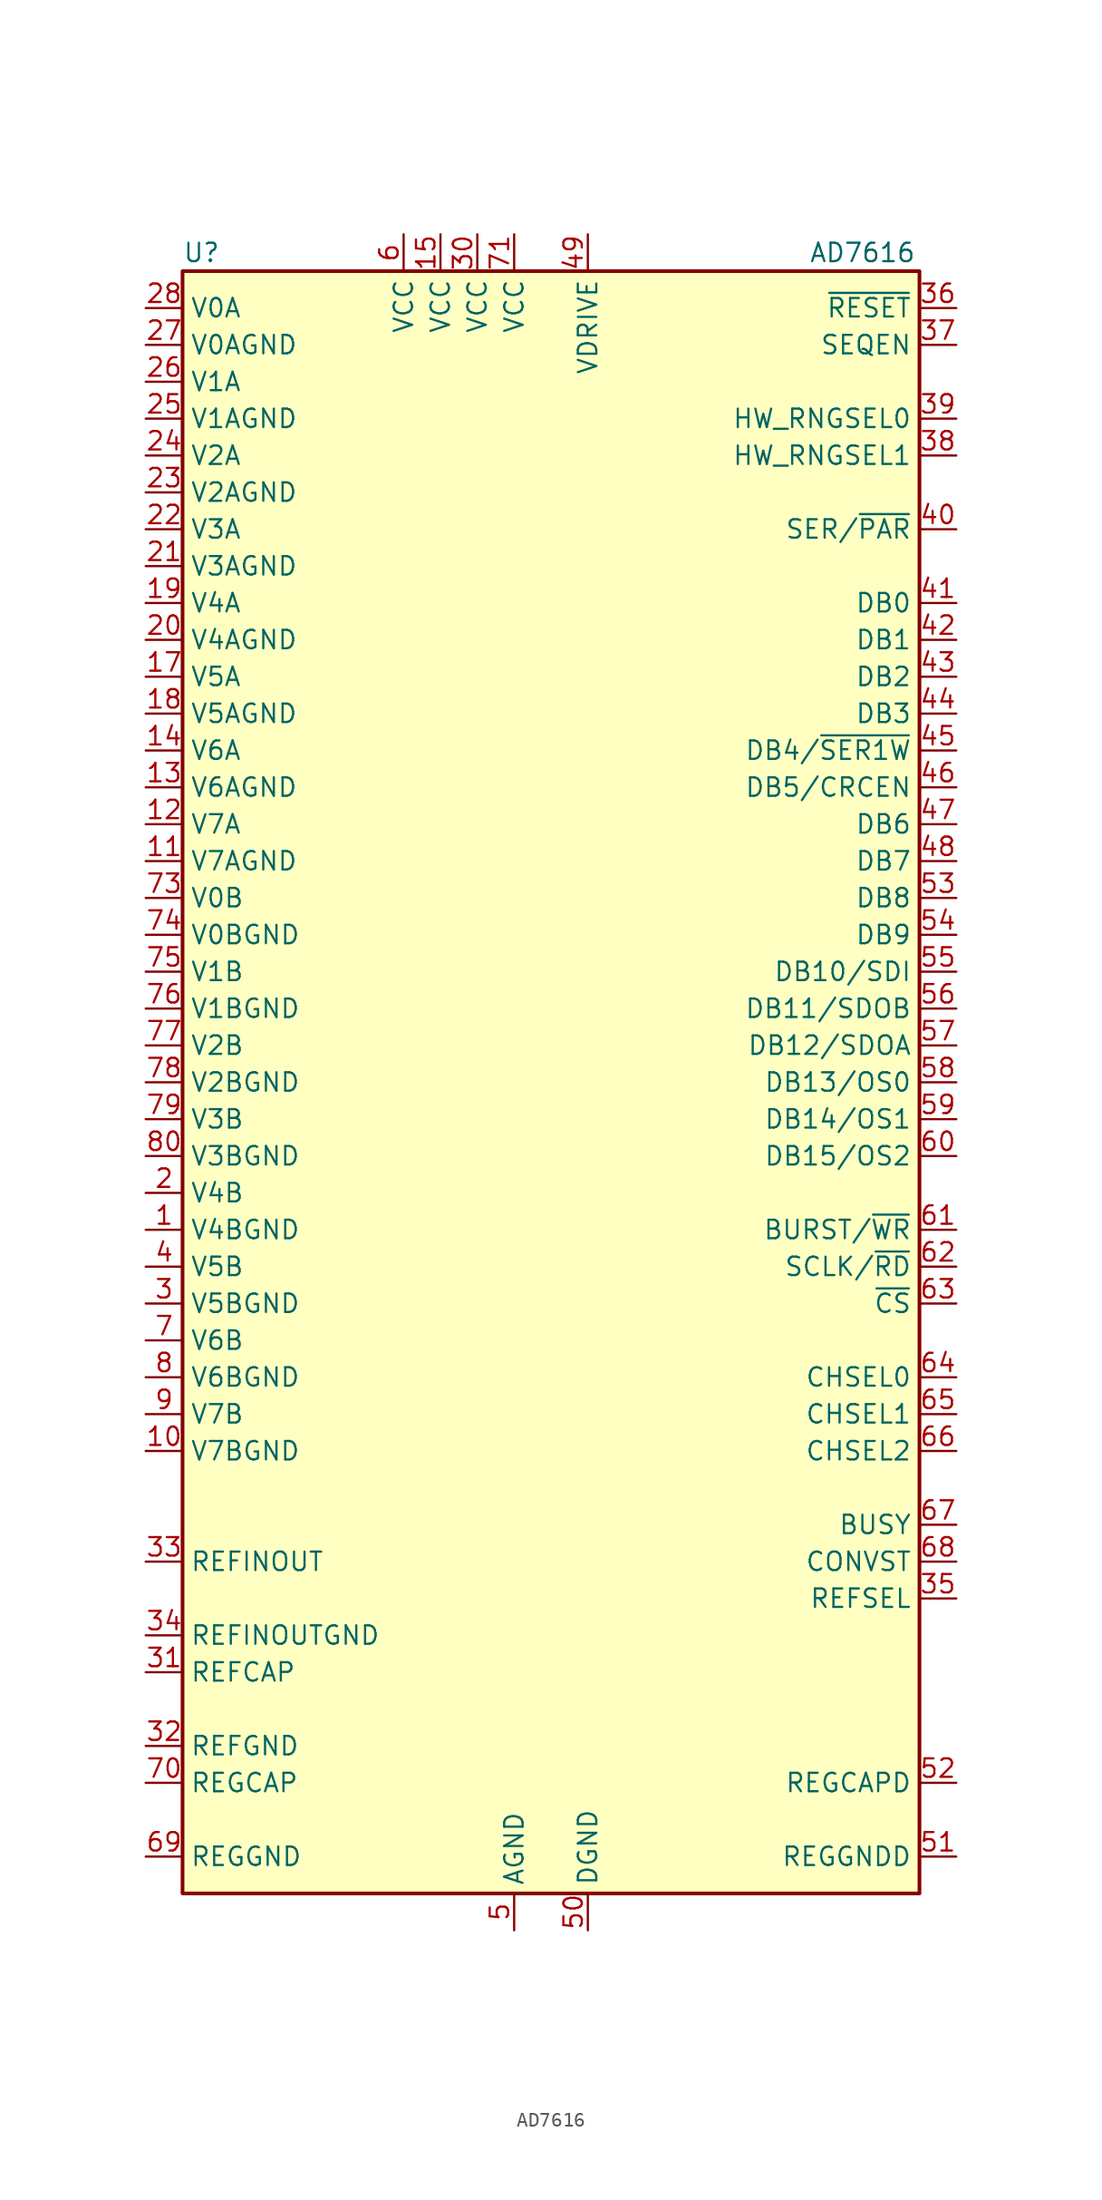
<source format=kicad_sym>
(kicad_symbol_lib
  (version 20211014)
  (generator kicad_symbol_editor)
  (symbol "AD7616"
    (property "Reference" "U"
      (at -25.4 57.15 0)
      (effects (font (size 1.27 1.27)) (justify left)))
    (property "Value" "AD7616"
      (at 17.78 57.15 0)
      (effects (font (size 1.27 1.27)) (justify left)))
    (symbol "AD7616_1_1"
      (rectangle (start -25.4 55.88) (end 25.4 -55.88) (stroke (width 0.254) (type default) (color 0 0 0 0)) (fill (type background)))
      (pin input line (at -27.94 -10.16 0) (length 2.54) (name "V4BGND" (effects (font (size 1.27 1.27)))) (number "1" (effects (font (size 1.27 1.27)))))
      (pin input line (at -27.94 -25.4 0) (length 2.54) (name "V7BGND" (effects (font (size 1.27 1.27)))) (number "10" (effects (font (size 1.27 1.27)))))
      (pin input line (at -27.94 15.24 0) (length 2.54) (name "V7AGND" (effects (font (size 1.27 1.27)))) (number "11" (effects (font (size 1.27 1.27)))))
      (pin input line (at -27.94 17.78 0) (length 2.54) (name "V7A" (effects (font (size 1.27 1.27)))) (number "12" (effects (font (size 1.27 1.27)))))
      (pin input line (at -27.94 20.32 0) (length 2.54) (name "V6AGND" (effects (font (size 1.27 1.27)))) (number "13" (effects (font (size 1.27 1.27)))))
      (pin input line (at -27.94 22.86 0) (length 2.54) (name "V6A" (effects (font (size 1.27 1.27)))) (number "14" (effects (font (size 1.27 1.27)))))
      (pin power_in line (at -7.62 58.42 270) (length 2.54) (name "VCC" (effects (font (size 1.27 1.27)))) (number "15" (effects (font (size 1.27 1.27)))))
      (pin passive line (at -2.54 -58.42 90) (length 2.54) hide (name "AGND" (effects (font (size 1.27 1.27)))) (number "16" (effects (font (size 1.27 1.27)))))
      (pin input line (at -27.94 27.94 0) (length 2.54) (name "V5A" (effects (font (size 1.27 1.27)))) (number "17" (effects (font (size 1.27 1.27)))))
      (pin input line (at -27.94 25.4 0) (length 2.54) (name "V5AGND" (effects (font (size 1.27 1.27)))) (number "18" (effects (font (size 1.27 1.27)))))
      (pin input line (at -27.94 33.02 0) (length 2.54) (name "V4A" (effects (font (size 1.27 1.27)))) (number "19" (effects (font (size 1.27 1.27)))))
      (pin input line (at -27.94 -7.62 0) (length 2.54) (name "V4B" (effects (font (size 1.27 1.27)))) (number "2" (effects (font (size 1.27 1.27)))))
      (pin input line (at -27.94 30.48 0) (length 2.54) (name "V4AGND" (effects (font (size 1.27 1.27)))) (number "20" (effects (font (size 1.27 1.27)))))
      (pin input line (at -27.94 35.56 0) (length 2.54) (name "V3AGND" (effects (font (size 1.27 1.27)))) (number "21" (effects (font (size 1.27 1.27)))))
      (pin input line (at -27.94 38.1 0) (length 2.54) (name "V3A" (effects (font (size 1.27 1.27)))) (number "22" (effects (font (size 1.27 1.27)))))
      (pin input line (at -27.94 40.64 0) (length 2.54) (name "V2AGND" (effects (font (size 1.27 1.27)))) (number "23" (effects (font (size 1.27 1.27)))))
      (pin input line (at -27.94 43.18 0) (length 2.54) (name "V2A" (effects (font (size 1.27 1.27)))) (number "24" (effects (font (size 1.27 1.27)))))
      (pin input line (at -27.94 45.72 0) (length 2.54) (name "V1AGND" (effects (font (size 1.27 1.27)))) (number "25" (effects (font (size 1.27 1.27)))))
      (pin input line (at -27.94 48.26 0) (length 2.54) (name "V1A" (effects (font (size 1.27 1.27)))) (number "26" (effects (font (size 1.27 1.27)))))
      (pin input line (at -27.94 50.8 0) (length 2.54) (name "V0AGND" (effects (font (size 1.27 1.27)))) (number "27" (effects (font (size 1.27 1.27)))))
      (pin input line (at -27.94 53.34 0) (length 2.54) (name "V0A" (effects (font (size 1.27 1.27)))) (number "28" (effects (font (size 1.27 1.27)))))
      (pin passive line (at -2.54 -58.42 90) (length 2.54) hide (name "AGND" (effects (font (size 1.27 1.27)))) (number "29" (effects (font (size 1.27 1.27)))))
      (pin input line (at -27.94 -15.24 0) (length 2.54) (name "V5BGND" (effects (font (size 1.27 1.27)))) (number "3" (effects (font (size 1.27 1.27)))))
      (pin power_in line (at -5.08 58.42 270) (length 2.54) (name "VCC" (effects (font (size 1.27 1.27)))) (number "30" (effects (font (size 1.27 1.27)))))
      (pin passive line (at -27.94 -40.64 0) (length 2.54) (name "REFCAP" (effects (font (size 1.27 1.27)))) (number "31" (effects (font (size 1.27 1.27)))))
      (pin power_in line (at -27.94 -45.72 0) (length 2.54) (name "REFGND" (effects (font (size 1.27 1.27)))) (number "32" (effects (font (size 1.27 1.27)))))
      (pin input line (at -27.94 -33.02 0) (length 2.54) (name "REFINOUT" (effects (font (size 1.27 1.27)))) (number "33" (effects (font (size 1.27 1.27)))))
      (pin power_in line (at -27.94 -38.1 0) (length 2.54) (name "REFINOUTGND" (effects (font (size 1.27 1.27)))) (number "34" (effects (font (size 1.27 1.27)))))
      (pin input line (at 27.94 -35.56 180) (length 2.54) (name "REFSEL" (effects (font (size 1.27 1.27)))) (number "35" (effects (font (size 1.27 1.27)))))
      (pin input line (at 27.94 53.34 180) (length 2.54) (name "~{RESET}" (effects (font (size 1.27 1.27)))) (number "36" (effects (font (size 1.27 1.27)))))
      (pin input line (at 27.94 50.8 180) (length 2.54) (name "SEQEN" (effects (font (size 1.27 1.27)))) (number "37" (effects (font (size 1.27 1.27)))))
      (pin input line (at 27.94 43.18 180) (length 2.54) (name "HW_RNGSEL1" (effects (font (size 1.27 1.27)))) (number "38" (effects (font (size 1.27 1.27)))))
      (pin input line (at 27.94 45.72 180) (length 2.54) (name "HW_RNGSEL0" (effects (font (size 1.27 1.27)))) (number "39" (effects (font (size 1.27 1.27)))))
      (pin input line (at -27.94 -12.7 0) (length 2.54) (name "V5B" (effects (font (size 1.27 1.27)))) (number "4" (effects (font (size 1.27 1.27)))))
      (pin input line (at 27.94 38.1 180) (length 2.54) (name "SER/~{PAR}" (effects (font (size 1.27 1.27)))) (number "40" (effects (font (size 1.27 1.27)))))
      (pin bidirectional line (at 27.94 33.02 180) (length 2.54) (name "DB0" (effects (font (size 1.27 1.27)))) (number "41" (effects (font (size 1.27 1.27)))))
      (pin bidirectional line (at 27.94 30.48 180) (length 2.54) (name "DB1" (effects (font (size 1.27 1.27)))) (number "42" (effects (font (size 1.27 1.27)))))
      (pin bidirectional line (at 27.94 27.94 180) (length 2.54) (name "DB2" (effects (font (size 1.27 1.27)))) (number "43" (effects (font (size 1.27 1.27)))))
      (pin bidirectional line (at 27.94 25.4 180) (length 2.54) (name "DB3" (effects (font (size 1.27 1.27)))) (number "44" (effects (font (size 1.27 1.27)))))
      (pin bidirectional line (at 27.94 22.86 180) (length 2.54) (name "DB4/~{SER1W}" (effects (font (size 1.27 1.27)))) (number "45" (effects (font (size 1.27 1.27)))))
      (pin bidirectional line (at 27.94 20.32 180) (length 2.54) (name "DB5/CRCEN" (effects (font (size 1.27 1.27)))) (number "46" (effects (font (size 1.27 1.27)))))
      (pin bidirectional line (at 27.94 17.78 180) (length 2.54) (name "DB6" (effects (font (size 1.27 1.27)))) (number "47" (effects (font (size 1.27 1.27)))))
      (pin bidirectional line (at 27.94 15.24 180) (length 2.54) (name "DB7" (effects (font (size 1.27 1.27)))) (number "48" (effects (font (size 1.27 1.27)))))
      (pin power_in line (at 2.54 58.42 270) (length 2.54) (name "VDRIVE" (effects (font (size 1.27 1.27)))) (number "49" (effects (font (size 1.27 1.27)))))
      (pin power_in line (at -2.54 -58.42 90) (length 2.54) (name "AGND" (effects (font (size 1.27 1.27)))) (number "5" (effects (font (size 1.27 1.27)))))
      (pin power_in line (at 2.54 -58.42 90) (length 2.54) (name "DGND" (effects (font (size 1.27 1.27)))) (number "50" (effects (font (size 1.27 1.27)))))
      (pin power_in line (at 27.94 -53.34 180) (length 2.54) (name "REGGNDD" (effects (font (size 1.27 1.27)))) (number "51" (effects (font (size 1.27 1.27)))))
      (pin passive line (at 27.94 -48.26 180) (length 2.54) (name "REGCAPD" (effects (font (size 1.27 1.27)))) (number "52" (effects (font (size 1.27 1.27)))))
      (pin bidirectional line (at 27.94 12.7 180) (length 2.54) (name "DB8" (effects (font (size 1.27 1.27)))) (number "53" (effects (font (size 1.27 1.27)))))
      (pin bidirectional line (at 27.94 10.16 180) (length 2.54) (name "DB9" (effects (font (size 1.27 1.27)))) (number "54" (effects (font (size 1.27 1.27)))))
      (pin bidirectional line (at 27.94 7.62 180) (length 2.54) (name "DB10/SDI" (effects (font (size 1.27 1.27)))) (number "55" (effects (font (size 1.27 1.27)))))
      (pin bidirectional line (at 27.94 5.08 180) (length 2.54) (name "DB11/SDOB" (effects (font (size 1.27 1.27)))) (number "56" (effects (font (size 1.27 1.27)))))
      (pin bidirectional line (at 27.94 2.54 180) (length 2.54) (name "DB12/SDOA" (effects (font (size 1.27 1.27)))) (number "57" (effects (font (size 1.27 1.27)))))
      (pin bidirectional line (at 27.94 0 180) (length 2.54) (name "DB13/OS0" (effects (font (size 1.27 1.27)))) (number "58" (effects (font (size 1.27 1.27)))))
      (pin bidirectional line (at 27.94 -2.54 180) (length 2.54) (name "DB14/OS1" (effects (font (size 1.27 1.27)))) (number "59" (effects (font (size 1.27 1.27)))))
      (pin power_in line (at -10.16 58.42 270) (length 2.54) (name "VCC" (effects (font (size 1.27 1.27)))) (number "6" (effects (font (size 1.27 1.27)))))
      (pin bidirectional line (at 27.94 -5.08 180) (length 2.54) (name "DB15/OS2" (effects (font (size 1.27 1.27)))) (number "60" (effects (font (size 1.27 1.27)))))
      (pin input line (at 27.94 -10.16 180) (length 2.54) (name "BURST/~{WR}" (effects (font (size 1.27 1.27)))) (number "61" (effects (font (size 1.27 1.27)))))
      (pin input line (at 27.94 -12.7 180) (length 2.54) (name "SCLK/~{RD}" (effects (font (size 1.27 1.27)))) (number "62" (effects (font (size 1.27 1.27)))))
      (pin input line (at 27.94 -15.24 180) (length 2.54) (name "~{CS}" (effects (font (size 1.27 1.27)))) (number "63" (effects (font (size 1.27 1.27)))))
      (pin input line (at 27.94 -20.32 180) (length 2.54) (name "CHSEL0" (effects (font (size 1.27 1.27)))) (number "64" (effects (font (size 1.27 1.27)))))
      (pin input line (at 27.94 -22.86 180) (length 2.54) (name "CHSEL1" (effects (font (size 1.27 1.27)))) (number "65" (effects (font (size 1.27 1.27)))))
      (pin input line (at 27.94 -25.4 180) (length 2.54) (name "CHSEL2" (effects (font (size 1.27 1.27)))) (number "66" (effects (font (size 1.27 1.27)))))
      (pin output line (at 27.94 -30.48 180) (length 2.54) (name "BUSY" (effects (font (size 1.27 1.27)))) (number "67" (effects (font (size 1.27 1.27)))))
      (pin input line (at 27.94 -33.02 180) (length 2.54) (name "CONVST" (effects (font (size 1.27 1.27)))) (number "68" (effects (font (size 1.27 1.27)))))
      (pin power_in line (at -27.94 -53.34 0) (length 2.54) (name "REGGND" (effects (font (size 1.27 1.27)))) (number "69" (effects (font (size 1.27 1.27)))))
      (pin input line (at -27.94 -17.78 0) (length 2.54) (name "V6B" (effects (font (size 1.27 1.27)))) (number "7" (effects (font (size 1.27 1.27)))))
      (pin passive line (at -27.94 -48.26 0) (length 2.54) (name "REGCAP" (effects (font (size 1.27 1.27)))) (number "70" (effects (font (size 1.27 1.27)))))
      (pin power_in line (at -2.54 58.42 270) (length 2.54) (name "VCC" (effects (font (size 1.27 1.27)))) (number "71" (effects (font (size 1.27 1.27)))))
      (pin passive line (at -2.54 -58.42 90) (length 2.54) hide (name "AGND" (effects (font (size 1.27 1.27)))) (number "72" (effects (font (size 1.27 1.27)))))
      (pin input line (at -27.94 12.7 0) (length 2.54) (name "V0B" (effects (font (size 1.27 1.27)))) (number "73" (effects (font (size 1.27 1.27)))))
      (pin input line (at -27.94 10.16 0) (length 2.54) (name "V0BGND" (effects (font (size 1.27 1.27)))) (number "74" (effects (font (size 1.27 1.27)))))
      (pin input line (at -27.94 7.62 0) (length 2.54) (name "V1B" (effects (font (size 1.27 1.27)))) (number "75" (effects (font (size 1.27 1.27)))))
      (pin input line (at -27.94 5.08 0) (length 2.54) (name "V1BGND" (effects (font (size 1.27 1.27)))) (number "76" (effects (font (size 1.27 1.27)))))
      (pin input line (at -27.94 2.54 0) (length 2.54) (name "V2B" (effects (font (size 1.27 1.27)))) (number "77" (effects (font (size 1.27 1.27)))))
      (pin input line (at -27.94 0 0) (length 2.54) (name "V2BGND" (effects (font (size 1.27 1.27)))) (number "78" (effects (font (size 1.27 1.27)))))
      (pin input line (at -27.94 -2.54 0) (length 2.54) (name "V3B" (effects (font (size 1.27 1.27)))) (number "79" (effects (font (size 1.27 1.27)))))
      (pin input line (at -27.94 -20.32 0) (length 2.54) (name "V6BGND" (effects (font (size 1.27 1.27)))) (number "8" (effects (font (size 1.27 1.27)))))
      (pin input line (at -27.94 -5.08 0) (length 2.54) (name "V3BGND" (effects (font (size 1.27 1.27)))) (number "80" (effects (font (size 1.27 1.27)))))
      (pin input line (at -27.94 -22.86 0) (length 2.54) (name "V7B" (effects (font (size 1.27 1.27)))) (number "9" (effects (font (size 1.27 1.27))))))))
</source>
